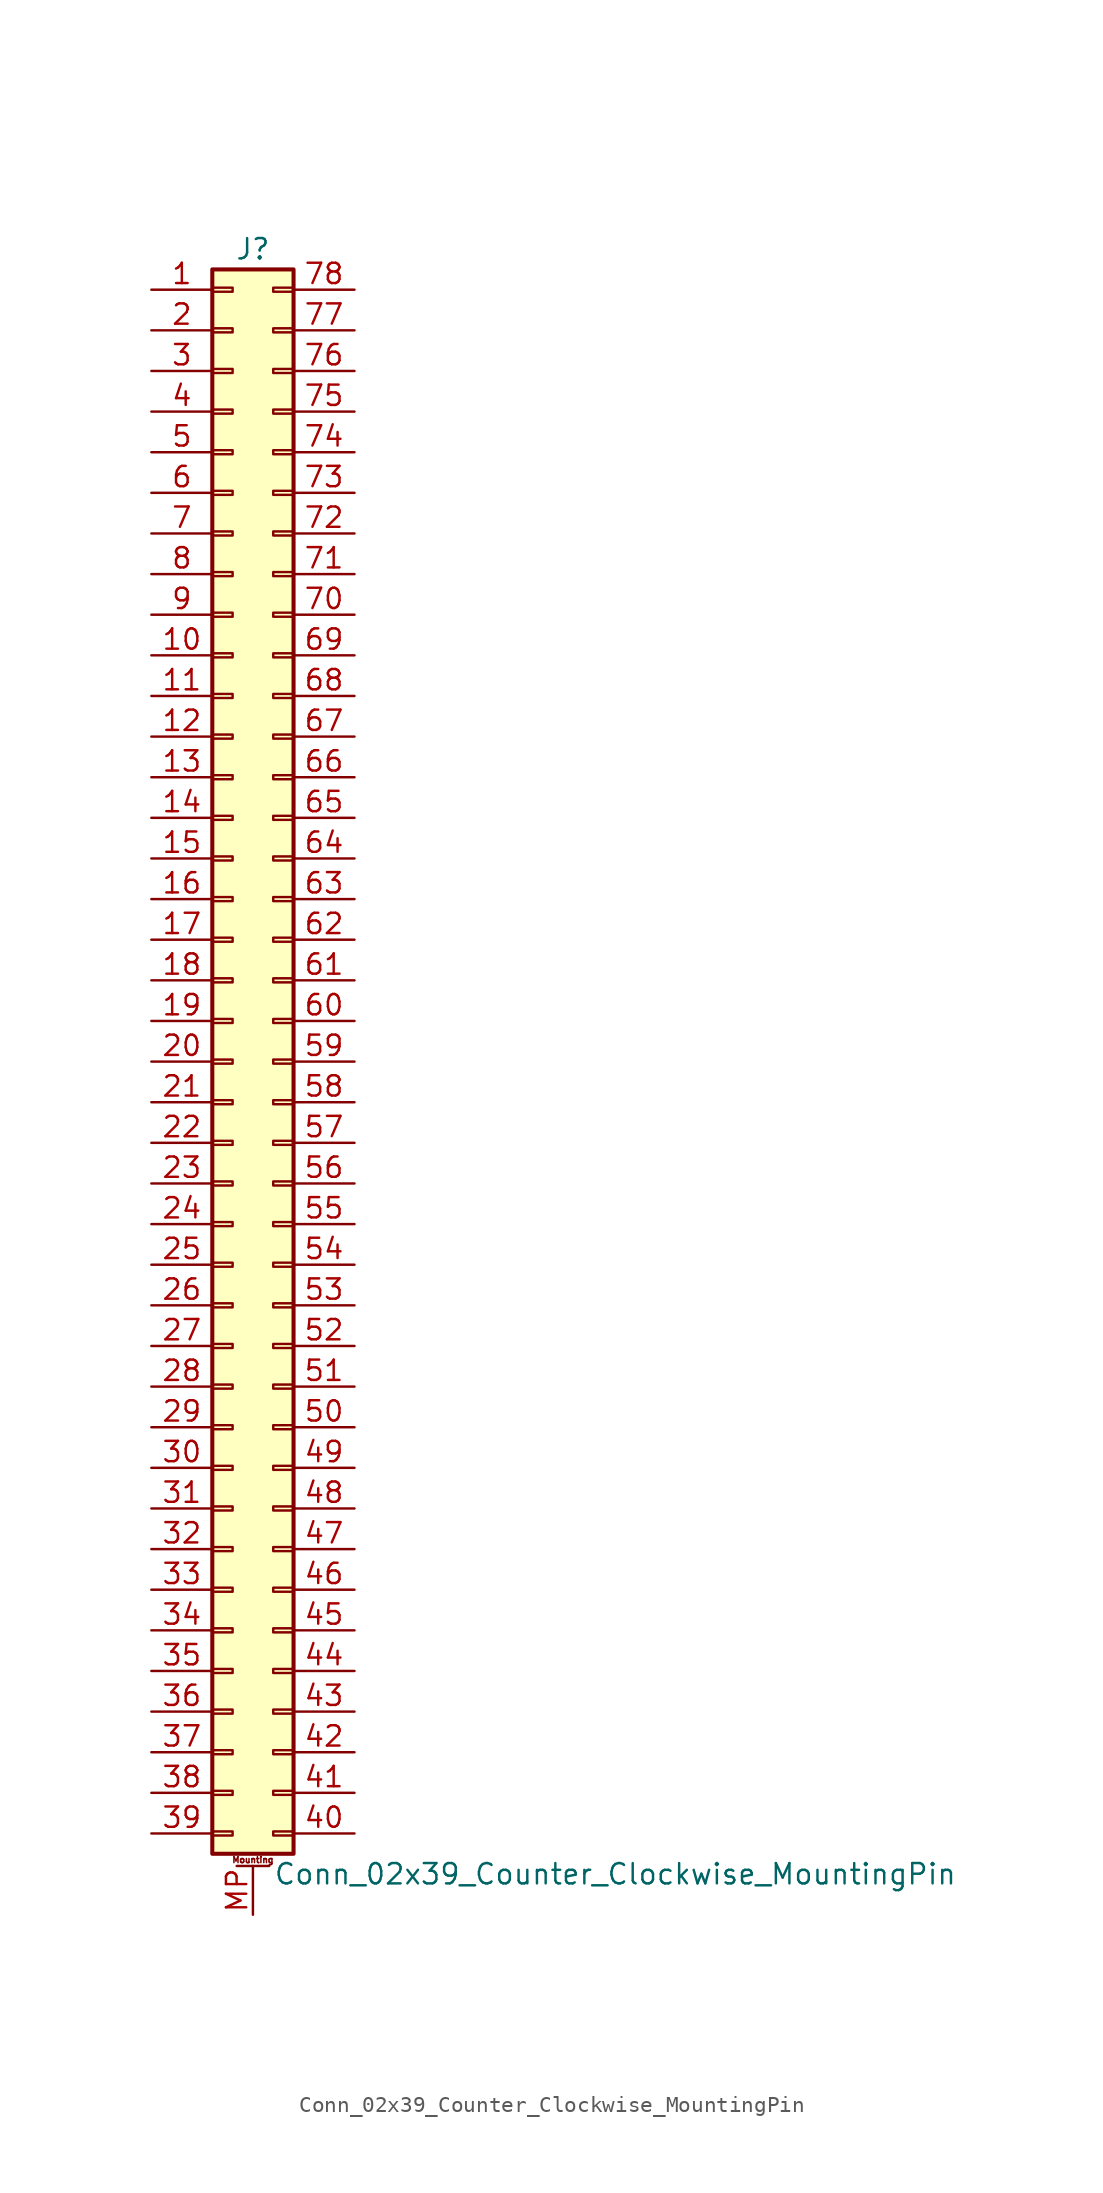
<source format=kicad_sym>
(kicad_symbol_lib
  (version 20201005)
  (generator kicad_symbol_editor)
  (symbol "Conn_02x39_Counter_Clockwise_MountingPin"
    (pin_names
      (offset 1.016) hide)
    (property "Reference" "J"
      (at 1.27 50.8 0)
      (effects (font (size 1.27 1.27))))
    (property "Value" "Conn_02x39_Counter_Clockwise_MountingPin"
      (at 2.54 -50.8 0)
      (effects (font (size 1.27 1.27)) (justify left)))
    (symbol "Conn_02x39_Counter_Clockwise_MountingPin_1_1"
      (text "Mounting" (at 1.27 -49.911 0) (effects (font (size 0.381 0.381))))
      (rectangle (start -1.27 -48.133) (end 0 -48.387) (stroke (width 0.152)) (fill (type none)))
      (rectangle (start -1.27 -45.593) (end 0 -45.847) (stroke (width 0.152)) (fill (type none)))
      (rectangle (start -1.27 -43.053) (end 0 -43.307) (stroke (width 0.152)) (fill (type none)))
      (rectangle (start -1.27 -40.513) (end 0 -40.767) (stroke (width 0.152)) (fill (type none)))
      (rectangle (start -1.27 -37.973) (end 0 -38.227) (stroke (width 0.152)) (fill (type none)))
      (rectangle (start -1.27 -35.433) (end 0 -35.687) (stroke (width 0.152)) (fill (type none)))
      (rectangle (start -1.27 -32.893) (end 0 -33.147) (stroke (width 0.152)) (fill (type none)))
      (rectangle (start -1.27 -30.353) (end 0 -30.607) (stroke (width 0.152)) (fill (type none)))
      (rectangle (start -1.27 -27.813) (end 0 -28.067) (stroke (width 0.152)) (fill (type none)))
      (rectangle (start -1.27 -25.273) (end 0 -25.527) (stroke (width 0.152)) (fill (type none)))
      (rectangle (start -1.27 -22.733) (end 0 -22.987) (stroke (width 0.152)) (fill (type none)))
      (rectangle (start -1.27 -20.193) (end 0 -20.447) (stroke (width 0.152)) (fill (type none)))
      (rectangle (start -1.27 -17.653) (end 0 -17.907) (stroke (width 0.152)) (fill (type none)))
      (rectangle (start -1.27 -15.113) (end 0 -15.367) (stroke (width 0.152)) (fill (type none)))
      (rectangle (start -1.27 -12.573) (end 0 -12.827) (stroke (width 0.152)) (fill (type none)))
      (rectangle (start -1.27 -10.033) (end 0 -10.287) (stroke (width 0.152)) (fill (type none)))
      (rectangle (start -1.27 -7.493) (end 0 -7.747) (stroke (width 0.152)) (fill (type none)))
      (rectangle (start -1.27 -4.953) (end 0 -5.207) (stroke (width 0.152)) (fill (type none)))
      (rectangle (start -1.27 -2.413) (end 0 -2.667) (stroke (width 0.152)) (fill (type none)))
      (rectangle (start -1.27 0.127) (end 0 -0.127) (stroke (width 0.152)) (fill (type none)))
      (rectangle (start -1.27 2.667) (end 0 2.413) (stroke (width 0.152)) (fill (type none)))
      (rectangle (start -1.27 5.207) (end 0 4.953) (stroke (width 0.152)) (fill (type none)))
      (rectangle (start -1.27 7.747) (end 0 7.493) (stroke (width 0.152)) (fill (type none)))
      (rectangle (start -1.27 10.287) (end 0 10.033) (stroke (width 0.152)) (fill (type none)))
      (rectangle (start -1.27 12.827) (end 0 12.573) (stroke (width 0.152)) (fill (type none)))
      (rectangle (start -1.27 15.367) (end 0 15.113) (stroke (width 0.152)) (fill (type none)))
      (rectangle (start -1.27 17.907) (end 0 17.653) (stroke (width 0.152)) (fill (type none)))
      (rectangle (start -1.27 20.447) (end 0 20.193) (stroke (width 0.152)) (fill (type none)))
      (rectangle (start -1.27 22.987) (end 0 22.733) (stroke (width 0.152)) (fill (type none)))
      (rectangle (start -1.27 25.527) (end 0 25.273) (stroke (width 0.152)) (fill (type none)))
      (rectangle (start -1.27 28.067) (end 0 27.813) (stroke (width 0.152)) (fill (type none)))
      (rectangle (start -1.27 30.607) (end 0 30.353) (stroke (width 0.152)) (fill (type none)))
      (rectangle (start -1.27 33.147) (end 0 32.893) (stroke (width 0.152)) (fill (type none)))
      (rectangle (start -1.27 35.687) (end 0 35.433) (stroke (width 0.152)) (fill (type none)))
      (rectangle (start -1.27 38.227) (end 0 37.973) (stroke (width 0.152)) (fill (type none)))
      (rectangle (start -1.27 40.767) (end 0 40.513) (stroke (width 0.152)) (fill (type none)))
      (rectangle (start -1.27 43.307) (end 0 43.053) (stroke (width 0.152)) (fill (type none)))
      (rectangle (start -1.27 45.847) (end 0 45.593) (stroke (width 0.152)) (fill (type none)))
      (rectangle (start -1.27 48.387) (end 0 48.133) (stroke (width 0.152)) (fill (type none)))
      (rectangle (start -1.27 49.53) (end 3.81 -49.53) (stroke (width 0.254)) (fill (type background)))
      (rectangle (start 3.81 -48.133) (end 2.54 -48.387) (stroke (width 0.152)) (fill (type none)))
      (rectangle (start 3.81 -45.593) (end 2.54 -45.847) (stroke (width 0.152)) (fill (type none)))
      (rectangle (start 3.81 -43.053) (end 2.54 -43.307) (stroke (width 0.152)) (fill (type none)))
      (rectangle (start 3.81 -40.513) (end 2.54 -40.767) (stroke (width 0.152)) (fill (type none)))
      (rectangle (start 3.81 -37.973) (end 2.54 -38.227) (stroke (width 0.152)) (fill (type none)))
      (rectangle (start 3.81 -35.433) (end 2.54 -35.687) (stroke (width 0.152)) (fill (type none)))
      (rectangle (start 3.81 -32.893) (end 2.54 -33.147) (stroke (width 0.152)) (fill (type none)))
      (rectangle (start 3.81 -30.353) (end 2.54 -30.607) (stroke (width 0.152)) (fill (type none)))
      (rectangle (start 3.81 -27.813) (end 2.54 -28.067) (stroke (width 0.152)) (fill (type none)))
      (rectangle (start 3.81 -25.273) (end 2.54 -25.527) (stroke (width 0.152)) (fill (type none)))
      (rectangle (start 3.81 -22.733) (end 2.54 -22.987) (stroke (width 0.152)) (fill (type none)))
      (rectangle (start 3.81 -20.193) (end 2.54 -20.447) (stroke (width 0.152)) (fill (type none)))
      (rectangle (start 3.81 -17.653) (end 2.54 -17.907) (stroke (width 0.152)) (fill (type none)))
      (rectangle (start 3.81 -15.113) (end 2.54 -15.367) (stroke (width 0.152)) (fill (type none)))
      (rectangle (start 3.81 -12.573) (end 2.54 -12.827) (stroke (width 0.152)) (fill (type none)))
      (rectangle (start 3.81 -10.033) (end 2.54 -10.287) (stroke (width 0.152)) (fill (type none)))
      (rectangle (start 3.81 -7.493) (end 2.54 -7.747) (stroke (width 0.152)) (fill (type none)))
      (rectangle (start 3.81 -4.953) (end 2.54 -5.207) (stroke (width 0.152)) (fill (type none)))
      (rectangle (start 3.81 -2.413) (end 2.54 -2.667) (stroke (width 0.152)) (fill (type none)))
      (rectangle (start 3.81 0.127) (end 2.54 -0.127) (stroke (width 0.152)) (fill (type none)))
      (rectangle (start 3.81 2.667) (end 2.54 2.413) (stroke (width 0.152)) (fill (type none)))
      (rectangle (start 3.81 5.207) (end 2.54 4.953) (stroke (width 0.152)) (fill (type none)))
      (rectangle (start 3.81 7.747) (end 2.54 7.493) (stroke (width 0.152)) (fill (type none)))
      (rectangle (start 3.81 10.287) (end 2.54 10.033) (stroke (width 0.152)) (fill (type none)))
      (rectangle (start 3.81 12.827) (end 2.54 12.573) (stroke (width 0.152)) (fill (type none)))
      (rectangle (start 3.81 15.367) (end 2.54 15.113) (stroke (width 0.152)) (fill (type none)))
      (rectangle (start 3.81 17.907) (end 2.54 17.653) (stroke (width 0.152)) (fill (type none)))
      (rectangle (start 3.81 20.447) (end 2.54 20.193) (stroke (width 0.152)) (fill (type none)))
      (rectangle (start 3.81 22.987) (end 2.54 22.733) (stroke (width 0.152)) (fill (type none)))
      (rectangle (start 3.81 25.527) (end 2.54 25.273) (stroke (width 0.152)) (fill (type none)))
      (rectangle (start 3.81 28.067) (end 2.54 27.813) (stroke (width 0.152)) (fill (type none)))
      (rectangle (start 3.81 30.607) (end 2.54 30.353) (stroke (width 0.152)) (fill (type none)))
      (rectangle (start 3.81 33.147) (end 2.54 32.893) (stroke (width 0.152)) (fill (type none)))
      (rectangle (start 3.81 35.687) (end 2.54 35.433) (stroke (width 0.152)) (fill (type none)))
      (rectangle (start 3.81 38.227) (end 2.54 37.973) (stroke (width 0.152)) (fill (type none)))
      (rectangle (start 3.81 40.767) (end 2.54 40.513) (stroke (width 0.152)) (fill (type none)))
      (rectangle (start 3.81 43.307) (end 2.54 43.053) (stroke (width 0.152)) (fill (type none)))
      (rectangle (start 3.81 45.847) (end 2.54 45.593) (stroke (width 0.152)) (fill (type none)))
      (rectangle (start 3.81 48.387) (end 2.54 48.133) (stroke (width 0.152)) (fill (type none)))
      (polyline (pts (xy 0.254 -50.292) (xy 2.286 -50.292)) (stroke (width 0.152)) (fill (type none)))
      (pin passive line (at -5.08 48.26 0) (length 3.81) (name "Pin_1" (effects (font (size 1.27 1.27)))) (number "1" (effects (font (size 1.27 1.27)))))
      (pin passive line (at -5.08 25.4 0) (length 3.81) (name "Pin_10" (effects (font (size 1.27 1.27)))) (number "10" (effects (font (size 1.27 1.27)))))
      (pin passive line (at -5.08 22.86 0) (length 3.81) (name "Pin_11" (effects (font (size 1.27 1.27)))) (number "11" (effects (font (size 1.27 1.27)))))
      (pin passive line (at -5.08 20.32 0) (length 3.81) (name "Pin_12" (effects (font (size 1.27 1.27)))) (number "12" (effects (font (size 1.27 1.27)))))
      (pin passive line (at -5.08 17.78 0) (length 3.81) (name "Pin_13" (effects (font (size 1.27 1.27)))) (number "13" (effects (font (size 1.27 1.27)))))
      (pin passive line (at -5.08 15.24 0) (length 3.81) (name "Pin_14" (effects (font (size 1.27 1.27)))) (number "14" (effects (font (size 1.27 1.27)))))
      (pin passive line (at -5.08 12.7 0) (length 3.81) (name "Pin_15" (effects (font (size 1.27 1.27)))) (number "15" (effects (font (size 1.27 1.27)))))
      (pin passive line (at -5.08 10.16 0) (length 3.81) (name "Pin_16" (effects (font (size 1.27 1.27)))) (number "16" (effects (font (size 1.27 1.27)))))
      (pin passive line (at -5.08 7.62 0) (length 3.81) (name "Pin_17" (effects (font (size 1.27 1.27)))) (number "17" (effects (font (size 1.27 1.27)))))
      (pin passive line (at -5.08 5.08 0) (length 3.81) (name "Pin_18" (effects (font (size 1.27 1.27)))) (number "18" (effects (font (size 1.27 1.27)))))
      (pin passive line (at -5.08 2.54 0) (length 3.81) (name "Pin_19" (effects (font (size 1.27 1.27)))) (number "19" (effects (font (size 1.27 1.27)))))
      (pin passive line (at -5.08 45.72 0) (length 3.81) (name "Pin_2" (effects (font (size 1.27 1.27)))) (number "2" (effects (font (size 1.27 1.27)))))
      (pin passive line (at -5.08 0 0) (length 3.81) (name "Pin_20" (effects (font (size 1.27 1.27)))) (number "20" (effects (font (size 1.27 1.27)))))
      (pin passive line (at -5.08 -2.54 0) (length 3.81) (name "Pin_21" (effects (font (size 1.27 1.27)))) (number "21" (effects (font (size 1.27 1.27)))))
      (pin passive line (at -5.08 -5.08 0) (length 3.81) (name "Pin_22" (effects (font (size 1.27 1.27)))) (number "22" (effects (font (size 1.27 1.27)))))
      (pin passive line (at -5.08 -7.62 0) (length 3.81) (name "Pin_23" (effects (font (size 1.27 1.27)))) (number "23" (effects (font (size 1.27 1.27)))))
      (pin passive line (at -5.08 -10.16 0) (length 3.81) (name "Pin_24" (effects (font (size 1.27 1.27)))) (number "24" (effects (font (size 1.27 1.27)))))
      (pin passive line (at -5.08 -12.7 0) (length 3.81) (name "Pin_25" (effects (font (size 1.27 1.27)))) (number "25" (effects (font (size 1.27 1.27)))))
      (pin passive line (at -5.08 -15.24 0) (length 3.81) (name "Pin_26" (effects (font (size 1.27 1.27)))) (number "26" (effects (font (size 1.27 1.27)))))
      (pin passive line (at -5.08 -17.78 0) (length 3.81) (name "Pin_27" (effects (font (size 1.27 1.27)))) (number "27" (effects (font (size 1.27 1.27)))))
      (pin passive line (at -5.08 -20.32 0) (length 3.81) (name "Pin_28" (effects (font (size 1.27 1.27)))) (number "28" (effects (font (size 1.27 1.27)))))
      (pin passive line (at -5.08 -22.86 0) (length 3.81) (name "Pin_29" (effects (font (size 1.27 1.27)))) (number "29" (effects (font (size 1.27 1.27)))))
      (pin passive line (at -5.08 43.18 0) (length 3.81) (name "Pin_3" (effects (font (size 1.27 1.27)))) (number "3" (effects (font (size 1.27 1.27)))))
      (pin passive line (at -5.08 -25.4 0) (length 3.81) (name "Pin_30" (effects (font (size 1.27 1.27)))) (number "30" (effects (font (size 1.27 1.27)))))
      (pin passive line (at -5.08 -27.94 0) (length 3.81) (name "Pin_31" (effects (font (size 1.27 1.27)))) (number "31" (effects (font (size 1.27 1.27)))))
      (pin passive line (at -5.08 -30.48 0) (length 3.81) (name "Pin_32" (effects (font (size 1.27 1.27)))) (number "32" (effects (font (size 1.27 1.27)))))
      (pin passive line (at -5.08 -33.02 0) (length 3.81) (name "Pin_33" (effects (font (size 1.27 1.27)))) (number "33" (effects (font (size 1.27 1.27)))))
      (pin passive line (at -5.08 -35.56 0) (length 3.81) (name "Pin_34" (effects (font (size 1.27 1.27)))) (number "34" (effects (font (size 1.27 1.27)))))
      (pin passive line (at -5.08 -38.1 0) (length 3.81) (name "Pin_35" (effects (font (size 1.27 1.27)))) (number "35" (effects (font (size 1.27 1.27)))))
      (pin passive line (at -5.08 -40.64 0) (length 3.81) (name "Pin_36" (effects (font (size 1.27 1.27)))) (number "36" (effects (font (size 1.27 1.27)))))
      (pin passive line (at -5.08 -43.18 0) (length 3.81) (name "Pin_37" (effects (font (size 1.27 1.27)))) (number "37" (effects (font (size 1.27 1.27)))))
      (pin passive line (at -5.08 -45.72 0) (length 3.81) (name "Pin_38" (effects (font (size 1.27 1.27)))) (number "38" (effects (font (size 1.27 1.27)))))
      (pin passive line (at -5.08 -48.26 0) (length 3.81) (name "Pin_39" (effects (font (size 1.27 1.27)))) (number "39" (effects (font (size 1.27 1.27)))))
      (pin passive line (at -5.08 40.64 0) (length 3.81) (name "Pin_4" (effects (font (size 1.27 1.27)))) (number "4" (effects (font (size 1.27 1.27)))))
      (pin passive line (at 7.62 -48.26 180) (length 3.81) (name "Pin_40" (effects (font (size 1.27 1.27)))) (number "40" (effects (font (size 1.27 1.27)))))
      (pin passive line (at 7.62 -45.72 180) (length 3.81) (name "Pin_41" (effects (font (size 1.27 1.27)))) (number "41" (effects (font (size 1.27 1.27)))))
      (pin passive line (at 7.62 -43.18 180) (length 3.81) (name "Pin_42" (effects (font (size 1.27 1.27)))) (number "42" (effects (font (size 1.27 1.27)))))
      (pin passive line (at 7.62 -40.64 180) (length 3.81) (name "Pin_43" (effects (font (size 1.27 1.27)))) (number "43" (effects (font (size 1.27 1.27)))))
      (pin passive line (at 7.62 -38.1 180) (length 3.81) (name "Pin_44" (effects (font (size 1.27 1.27)))) (number "44" (effects (font (size 1.27 1.27)))))
      (pin passive line (at 7.62 -35.56 180) (length 3.81) (name "Pin_45" (effects (font (size 1.27 1.27)))) (number "45" (effects (font (size 1.27 1.27)))))
      (pin passive line (at 7.62 -33.02 180) (length 3.81) (name "Pin_46" (effects (font (size 1.27 1.27)))) (number "46" (effects (font (size 1.27 1.27)))))
      (pin passive line (at 7.62 -30.48 180) (length 3.81) (name "Pin_47" (effects (font (size 1.27 1.27)))) (number "47" (effects (font (size 1.27 1.27)))))
      (pin passive line (at 7.62 -27.94 180) (length 3.81) (name "Pin_48" (effects (font (size 1.27 1.27)))) (number "48" (effects (font (size 1.27 1.27)))))
      (pin passive line (at 7.62 -25.4 180) (length 3.81) (name "Pin_49" (effects (font (size 1.27 1.27)))) (number "49" (effects (font (size 1.27 1.27)))))
      (pin passive line (at -5.08 38.1 0) (length 3.81) (name "Pin_5" (effects (font (size 1.27 1.27)))) (number "5" (effects (font (size 1.27 1.27)))))
      (pin passive line (at 7.62 -22.86 180) (length 3.81) (name "Pin_50" (effects (font (size 1.27 1.27)))) (number "50" (effects (font (size 1.27 1.27)))))
      (pin passive line (at 7.62 -20.32 180) (length 3.81) (name "Pin_51" (effects (font (size 1.27 1.27)))) (number "51" (effects (font (size 1.27 1.27)))))
      (pin passive line (at 7.62 -17.78 180) (length 3.81) (name "Pin_52" (effects (font (size 1.27 1.27)))) (number "52" (effects (font (size 1.27 1.27)))))
      (pin passive line (at 7.62 -15.24 180) (length 3.81) (name "Pin_53" (effects (font (size 1.27 1.27)))) (number "53" (effects (font (size 1.27 1.27)))))
      (pin passive line (at 7.62 -12.7 180) (length 3.81) (name "Pin_54" (effects (font (size 1.27 1.27)))) (number "54" (effects (font (size 1.27 1.27)))))
      (pin passive line (at 7.62 -10.16 180) (length 3.81) (name "Pin_55" (effects (font (size 1.27 1.27)))) (number "55" (effects (font (size 1.27 1.27)))))
      (pin passive line (at 7.62 -7.62 180) (length 3.81) (name "Pin_56" (effects (font (size 1.27 1.27)))) (number "56" (effects (font (size 1.27 1.27)))))
      (pin passive line (at 7.62 -5.08 180) (length 3.81) (name "Pin_57" (effects (font (size 1.27 1.27)))) (number "57" (effects (font (size 1.27 1.27)))))
      (pin passive line (at 7.62 -2.54 180) (length 3.81) (name "Pin_58" (effects (font (size 1.27 1.27)))) (number "58" (effects (font (size 1.27 1.27)))))
      (pin passive line (at 7.62 0 180) (length 3.81) (name "Pin_59" (effects (font (size 1.27 1.27)))) (number "59" (effects (font (size 1.27 1.27)))))
      (pin passive line (at -5.08 35.56 0) (length 3.81) (name "Pin_6" (effects (font (size 1.27 1.27)))) (number "6" (effects (font (size 1.27 1.27)))))
      (pin passive line (at 7.62 2.54 180) (length 3.81) (name "Pin_60" (effects (font (size 1.27 1.27)))) (number "60" (effects (font (size 1.27 1.27)))))
      (pin passive line (at 7.62 5.08 180) (length 3.81) (name "Pin_61" (effects (font (size 1.27 1.27)))) (number "61" (effects (font (size 1.27 1.27)))))
      (pin passive line (at 7.62 7.62 180) (length 3.81) (name "Pin_62" (effects (font (size 1.27 1.27)))) (number "62" (effects (font (size 1.27 1.27)))))
      (pin passive line (at 7.62 10.16 180) (length 3.81) (name "Pin_63" (effects (font (size 1.27 1.27)))) (number "63" (effects (font (size 1.27 1.27)))))
      (pin passive line (at 7.62 12.7 180) (length 3.81) (name "Pin_64" (effects (font (size 1.27 1.27)))) (number "64" (effects (font (size 1.27 1.27)))))
      (pin passive line (at 7.62 15.24 180) (length 3.81) (name "Pin_65" (effects (font (size 1.27 1.27)))) (number "65" (effects (font (size 1.27 1.27)))))
      (pin passive line (at 7.62 17.78 180) (length 3.81) (name "Pin_66" (effects (font (size 1.27 1.27)))) (number "66" (effects (font (size 1.27 1.27)))))
      (pin passive line (at 7.62 20.32 180) (length 3.81) (name "Pin_67" (effects (font (size 1.27 1.27)))) (number "67" (effects (font (size 1.27 1.27)))))
      (pin passive line (at 7.62 22.86 180) (length 3.81) (name "Pin_68" (effects (font (size 1.27 1.27)))) (number "68" (effects (font (size 1.27 1.27)))))
      (pin passive line (at 7.62 25.4 180) (length 3.81) (name "Pin_69" (effects (font (size 1.27 1.27)))) (number "69" (effects (font (size 1.27 1.27)))))
      (pin passive line (at -5.08 33.02 0) (length 3.81) (name "Pin_7" (effects (font (size 1.27 1.27)))) (number "7" (effects (font (size 1.27 1.27)))))
      (pin passive line (at 7.62 27.94 180) (length 3.81) (name "Pin_70" (effects (font (size 1.27 1.27)))) (number "70" (effects (font (size 1.27 1.27)))))
      (pin passive line (at 7.62 30.48 180) (length 3.81) (name "Pin_71" (effects (font (size 1.27 1.27)))) (number "71" (effects (font (size 1.27 1.27)))))
      (pin passive line (at 7.62 33.02 180) (length 3.81) (name "Pin_72" (effects (font (size 1.27 1.27)))) (number "72" (effects (font (size 1.27 1.27)))))
      (pin passive line (at 7.62 35.56 180) (length 3.81) (name "Pin_73" (effects (font (size 1.27 1.27)))) (number "73" (effects (font (size 1.27 1.27)))))
      (pin passive line (at 7.62 38.1 180) (length 3.81) (name "Pin_74" (effects (font (size 1.27 1.27)))) (number "74" (effects (font (size 1.27 1.27)))))
      (pin passive line (at 7.62 40.64 180) (length 3.81) (name "Pin_75" (effects (font (size 1.27 1.27)))) (number "75" (effects (font (size 1.27 1.27)))))
      (pin passive line (at 7.62 43.18 180) (length 3.81) (name "Pin_76" (effects (font (size 1.27 1.27)))) (number "76" (effects (font (size 1.27 1.27)))))
      (pin passive line (at 7.62 45.72 180) (length 3.81) (name "Pin_77" (effects (font (size 1.27 1.27)))) (number "77" (effects (font (size 1.27 1.27)))))
      (pin passive line (at 7.62 48.26 180) (length 3.81) (name "Pin_78" (effects (font (size 1.27 1.27)))) (number "78" (effects (font (size 1.27 1.27)))))
      (pin passive line (at -5.08 30.48 0) (length 3.81) (name "Pin_8" (effects (font (size 1.27 1.27)))) (number "8" (effects (font (size 1.27 1.27)))))
      (pin passive line (at -5.08 27.94 0) (length 3.81) (name "Pin_9" (effects (font (size 1.27 1.27)))) (number "9" (effects (font (size 1.27 1.27)))))
      (pin passive line (at 1.27 -53.34 90) (length 3.048) (name "MountPin" (effects (font (size 1.27 1.27)))) (number "MP" (effects (font (size 1.27 1.27))))))))
</source>
